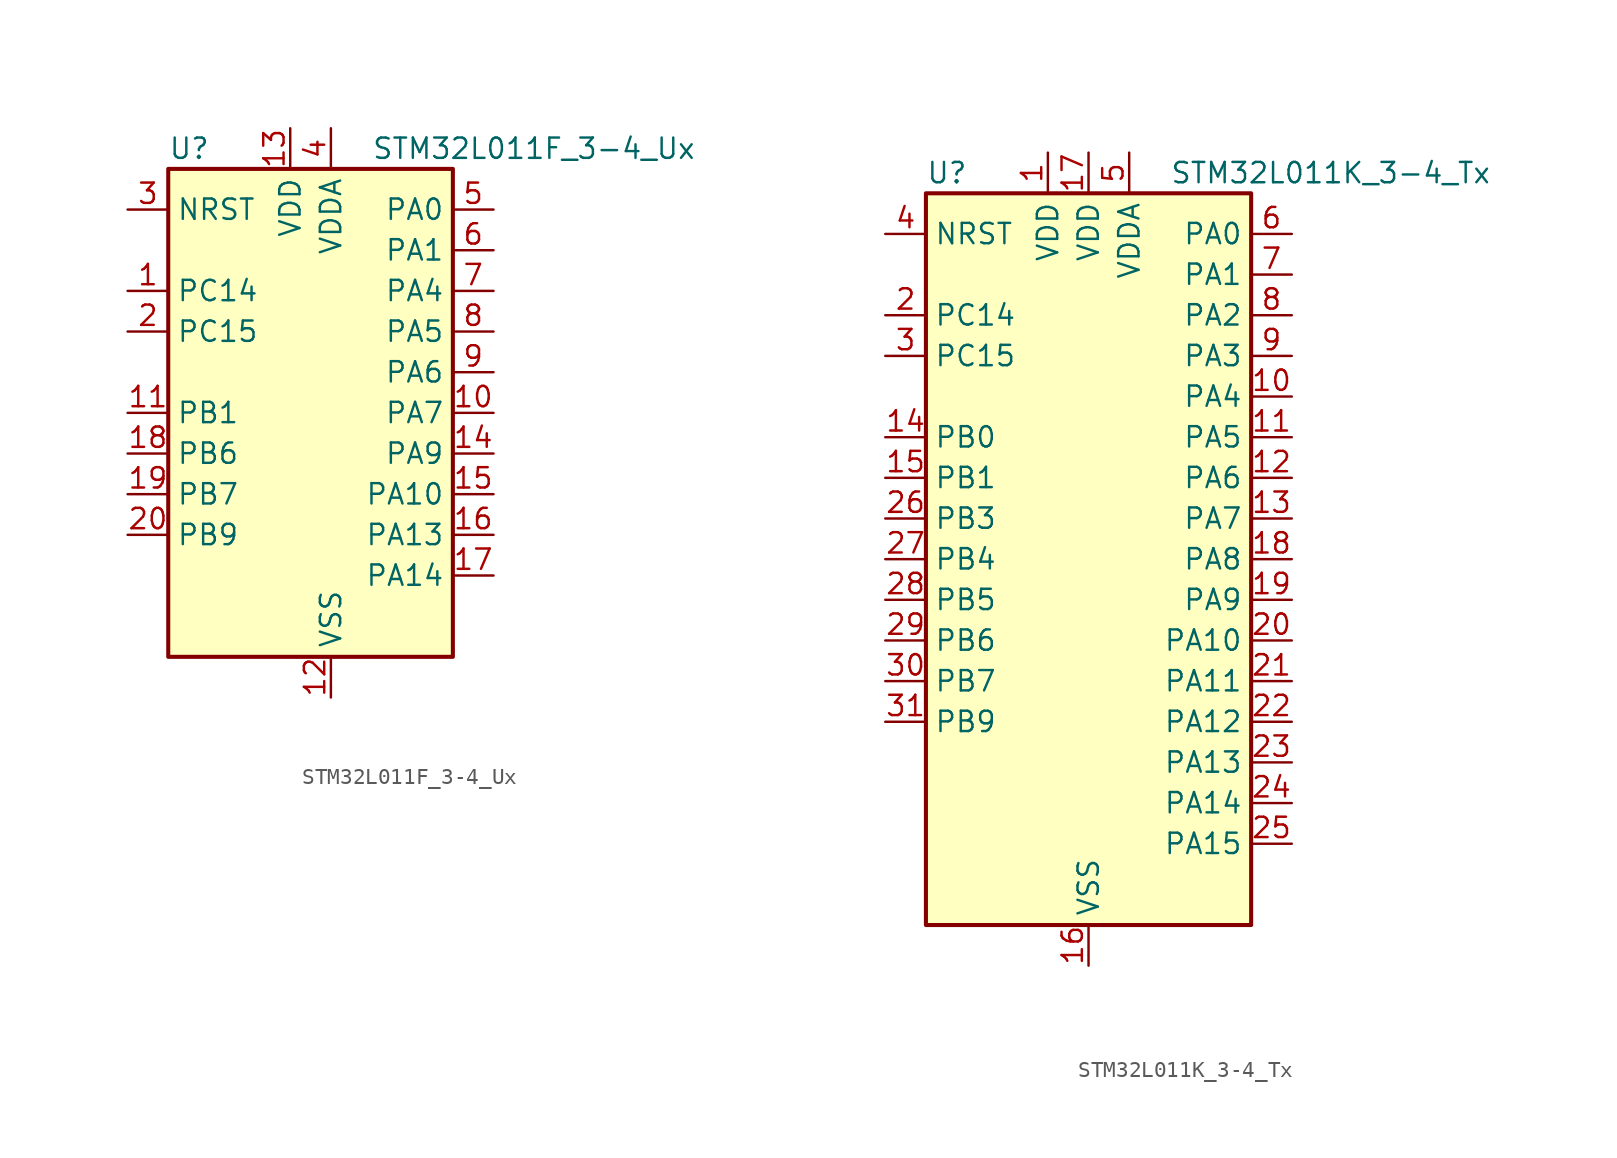
<source format=kicad_sym>
(kicad_symbol_lib
  (version 20220914)
  (generator kicad_symbol_editor)
  (symbol "STM32L011F_3-4_Ux"
    (property "Reference" "U"
      (at -7.62 16.51 0)
      (effects (font (size 1.27 1.27)) (justify left)))
    (property "Value" "STM32L011F_3-4_Ux"
      (at 5.08 16.51 0)
      (effects (font (size 1.27 1.27)) (justify left)))
    (property "ki_locked" ""
      (at 0 0 0)
      (effects (font (size 1.27 1.27))))
    (symbol "STM32L011F_3-4_Ux_0_1"
      (rectangle (start -7.62 -15.24) (end 10.16 15.24) (stroke (width 0.254) (type default)) (fill (type background))))
    (symbol "STM32L011F_3-4_Ux_1_1"
      (pin bidirectional line (at -10.16 7.62 0) (length 2.54) (name "PC14" (effects (font (size 1.27 1.27)))) (number "1" (effects (font (size 1.27 1.27)))) (alternate "RCC_OSC32_IN" bidirectional line))
      (pin bidirectional line (at 12.7 0 180) (length 2.54) (name "PA7" (effects (font (size 1.27 1.27)))) (number "10" (effects (font (size 1.27 1.27)))) (alternate "ADC_IN7" bidirectional line) (alternate "COMP2_INP" bidirectional line) (alternate "COMP2_OUT" bidirectional line) (alternate "LPTIM1_OUT" bidirectional line) (alternate "SPI1_MOSI" bidirectional line) (alternate "TIM21_ETR" bidirectional line) (alternate "USART2_CTS" bidirectional line))
      (pin bidirectional line (at -10.16 0 0) (length 2.54) (name "PB1" (effects (font (size 1.27 1.27)))) (number "11" (effects (font (size 1.27 1.27)))) (alternate "ADC_IN9" bidirectional line) (alternate "LPTIM1_IN1" bidirectional line) (alternate "LPUART1_DE" bidirectional line) (alternate "LPUART1_RTS" bidirectional line) (alternate "SPI1_MOSI" bidirectional line) (alternate "SYS_VREF_OUT_PB1" bidirectional line) (alternate "TIM2_CH4" bidirectional line) (alternate "USART2_CK" bidirectional line))
      (pin power_in line (at 2.54 -17.78 90) (length 2.54) (name "VSS" (effects (font (size 1.27 1.27)))) (number "12" (effects (font (size 1.27 1.27)))))
      (pin power_in line (at 0 17.78 270) (length 2.54) (name "VDD" (effects (font (size 1.27 1.27)))) (number "13" (effects (font (size 1.27 1.27)))))
      (pin bidirectional line (at 12.7 -2.54 180) (length 2.54) (name "PA9" (effects (font (size 1.27 1.27)))) (number "14" (effects (font (size 1.27 1.27)))) (alternate "COMP1_OUT" bidirectional line) (alternate "I2C1_SCL" bidirectional line) (alternate "LPTIM1_OUT" bidirectional line) (alternate "RCC_MCO" bidirectional line) (alternate "TIM21_CH2" bidirectional line) (alternate "USART2_TX" bidirectional line))
      (pin bidirectional line (at 12.7 -5.08 180) (length 2.54) (name "PA10" (effects (font (size 1.27 1.27)))) (number "15" (effects (font (size 1.27 1.27)))) (alternate "COMP1_OUT" bidirectional line) (alternate "I2C1_SDA" bidirectional line) (alternate "RTC_REFIN" bidirectional line) (alternate "TIM21_CH1" bidirectional line) (alternate "TIM2_CH3" bidirectional line) (alternate "USART2_RX" bidirectional line))
      (pin bidirectional line (at 12.7 -7.62 180) (length 2.54) (name "PA13" (effects (font (size 1.27 1.27)))) (number "16" (effects (font (size 1.27 1.27)))) (alternate "COMP1_OUT" bidirectional line) (alternate "I2C1_SDA" bidirectional line) (alternate "LPTIM1_ETR" bidirectional line) (alternate "LPUART1_RX" bidirectional line) (alternate "SPI1_SCK" bidirectional line) (alternate "SYS_SWDIO" bidirectional line))
      (pin bidirectional line (at 12.7 -10.16 180) (length 2.54) (name "PA14" (effects (font (size 1.27 1.27)))) (number "17" (effects (font (size 1.27 1.27)))) (alternate "COMP2_OUT" bidirectional line) (alternate "I2C1_SMBA" bidirectional line) (alternate "LPTIM1_OUT" bidirectional line) (alternate "LPUART1_TX" bidirectional line) (alternate "SPI1_MISO" bidirectional line) (alternate "SYS_SWCLK" bidirectional line) (alternate "USART2_TX" bidirectional line))
      (pin bidirectional line (at -10.16 -2.54 0) (length 2.54) (name "PB6" (effects (font (size 1.27 1.27)))) (number "18" (effects (font (size 1.27 1.27)))) (alternate "COMP2_INP" bidirectional line) (alternate "I2C1_SCL" bidirectional line) (alternate "LPTIM1_ETR" bidirectional line) (alternate "LPUART1_TX" bidirectional line) (alternate "TIM2_CH3" bidirectional line) (alternate "USART2_TX" bidirectional line))
      (pin bidirectional line (at -10.16 -5.08 0) (length 2.54) (name "PB7" (effects (font (size 1.27 1.27)))) (number "19" (effects (font (size 1.27 1.27)))) (alternate "COMP2_INP" bidirectional line) (alternate "I2C1_SDA" bidirectional line) (alternate "LPTIM1_IN2" bidirectional line) (alternate "LPUART1_RX" bidirectional line) (alternate "SYS_PVD_IN" bidirectional line) (alternate "TIM2_CH4" bidirectional line) (alternate "USART2_RX" bidirectional line))
      (pin bidirectional line (at -10.16 5.08 0) (length 2.54) (name "PC15" (effects (font (size 1.27 1.27)))) (number "2" (effects (font (size 1.27 1.27)))) (alternate "RCC_OSC32_OUT" bidirectional line))
      (pin bidirectional line (at -10.16 -7.62 0) (length 2.54) (name "PB9" (effects (font (size 1.27 1.27)))) (number "20" (effects (font (size 1.27 1.27)))))
      (pin input line (at -10.16 12.7 0) (length 2.54) (name "NRST" (effects (font (size 1.27 1.27)))) (number "3" (effects (font (size 1.27 1.27)))))
      (pin power_in line (at 2.54 17.78 270) (length 2.54) (name "VDDA" (effects (font (size 1.27 1.27)))) (number "4" (effects (font (size 1.27 1.27)))))
      (pin bidirectional line (at 12.7 12.7 180) (length 2.54) (name "PA0" (effects (font (size 1.27 1.27)))) (number "5" (effects (font (size 1.27 1.27)))) (alternate "ADC_IN0" bidirectional line) (alternate "COMP1_INM" bidirectional line) (alternate "COMP1_OUT" bidirectional line) (alternate "LPTIM1_IN1" bidirectional line) (alternate "LPUART1_RX" bidirectional line) (alternate "RCC_CK_IN" bidirectional line) (alternate "RTC_TAMP2" bidirectional line) (alternate "SYS_WKUP1" bidirectional line) (alternate "TIM2_CH1" bidirectional line) (alternate "TIM2_ETR" bidirectional line) (alternate "USART2_CTS" bidirectional line) (alternate "USART2_RX" bidirectional line))
      (pin bidirectional line (at 12.7 10.16 180) (length 2.54) (name "PA1" (effects (font (size 1.27 1.27)))) (number "6" (effects (font (size 1.27 1.27)))) (alternate "ADC_IN1" bidirectional line) (alternate "COMP1_INP" bidirectional line) (alternate "I2C1_SMBA" bidirectional line) (alternate "LPTIM1_IN2" bidirectional line) (alternate "LPUART1_TX" bidirectional line) (alternate "TIM21_ETR" bidirectional line) (alternate "TIM2_CH2" bidirectional line) (alternate "USART2_DE" bidirectional line) (alternate "USART2_RTS" bidirectional line))
      (pin bidirectional line (at 12.7 7.62 180) (length 2.54) (name "PA4" (effects (font (size 1.27 1.27)))) (number "7" (effects (font (size 1.27 1.27)))) (alternate "ADC_IN4" bidirectional line) (alternate "COMP1_INM" bidirectional line) (alternate "COMP2_INM" bidirectional line) (alternate "COMP2_OUT" bidirectional line) (alternate "I2C1_SCL" bidirectional line) (alternate "LPTIM1_ETR" bidirectional line) (alternate "LPTIM1_IN1" bidirectional line) (alternate "LPUART1_TX" bidirectional line) (alternate "SPI1_NSS" bidirectional line) (alternate "TIM2_ETR" bidirectional line) (alternate "USART2_CK" bidirectional line))
      (pin bidirectional line (at 12.7 5.08 180) (length 2.54) (name "PA5" (effects (font (size 1.27 1.27)))) (number "8" (effects (font (size 1.27 1.27)))) (alternate "ADC_IN5" bidirectional line) (alternate "COMP1_INM" bidirectional line) (alternate "COMP2_INM" bidirectional line) (alternate "LPTIM1_IN2" bidirectional line) (alternate "SPI1_SCK" bidirectional line) (alternate "TIM2_CH1" bidirectional line) (alternate "TIM2_ETR" bidirectional line))
      (pin bidirectional line (at 12.7 2.54 180) (length 2.54) (name "PA6" (effects (font (size 1.27 1.27)))) (number "9" (effects (font (size 1.27 1.27)))) (alternate "ADC_IN6" bidirectional line) (alternate "COMP1_OUT" bidirectional line) (alternate "LPTIM1_ETR" bidirectional line) (alternate "LPUART1_CTS" bidirectional line) (alternate "SPI1_MISO" bidirectional line))))
  (symbol "STM32L011K_3-4_Tx"
    (property "Reference" "U"
      (at -10.16 24.13 0)
      (effects (font (size 1.27 1.27)) (justify left)))
    (property "Value" "STM32L011K_3-4_Tx"
      (at 5.08 24.13 0)
      (effects (font (size 1.27 1.27)) (justify left)))
    (property "ki_locked" ""
      (at 0 0 0)
      (effects (font (size 1.27 1.27))))
    (symbol "STM32L011K_3-4_Tx_0_1"
      (rectangle (start -10.16 -22.86) (end 10.16 22.86) (stroke (width 0.254) (type default)) (fill (type background))))
    (symbol "STM32L011K_3-4_Tx_1_1"
      (pin power_in line (at -2.54 25.4 270) (length 2.54) (name "VDD" (effects (font (size 1.27 1.27)))) (number "1" (effects (font (size 1.27 1.27)))))
      (pin bidirectional line (at 12.7 10.16 180) (length 2.54) (name "PA4" (effects (font (size 1.27 1.27)))) (number "10" (effects (font (size 1.27 1.27)))) (alternate "ADC_IN4" bidirectional line) (alternate "COMP1_INM" bidirectional line) (alternate "COMP2_INM" bidirectional line) (alternate "COMP2_OUT" bidirectional line) (alternate "I2C1_SCL" bidirectional line) (alternate "LPTIM1_ETR" bidirectional line) (alternate "LPTIM1_IN1" bidirectional line) (alternate "LPUART1_TX" bidirectional line) (alternate "SPI1_NSS" bidirectional line) (alternate "TIM2_ETR" bidirectional line) (alternate "USART2_CK" bidirectional line))
      (pin bidirectional line (at 12.7 7.62 180) (length 2.54) (name "PA5" (effects (font (size 1.27 1.27)))) (number "11" (effects (font (size 1.27 1.27)))) (alternate "ADC_IN5" bidirectional line) (alternate "COMP1_INM" bidirectional line) (alternate "COMP2_INM" bidirectional line) (alternate "LPTIM1_IN2" bidirectional line) (alternate "SPI1_SCK" bidirectional line) (alternate "TIM2_CH1" bidirectional line) (alternate "TIM2_ETR" bidirectional line))
      (pin bidirectional line (at 12.7 5.08 180) (length 2.54) (name "PA6" (effects (font (size 1.27 1.27)))) (number "12" (effects (font (size 1.27 1.27)))) (alternate "ADC_IN6" bidirectional line) (alternate "COMP1_OUT" bidirectional line) (alternate "LPTIM1_ETR" bidirectional line) (alternate "LPUART1_CTS" bidirectional line) (alternate "SPI1_MISO" bidirectional line))
      (pin bidirectional line (at 12.7 2.54 180) (length 2.54) (name "PA7" (effects (font (size 1.27 1.27)))) (number "13" (effects (font (size 1.27 1.27)))) (alternate "ADC_IN7" bidirectional line) (alternate "COMP2_INP" bidirectional line) (alternate "COMP2_OUT" bidirectional line) (alternate "LPTIM1_OUT" bidirectional line) (alternate "SPI1_MOSI" bidirectional line) (alternate "TIM21_ETR" bidirectional line) (alternate "USART2_CTS" bidirectional line))
      (pin bidirectional line (at -12.7 7.62 0) (length 2.54) (name "PB0" (effects (font (size 1.27 1.27)))) (number "14" (effects (font (size 1.27 1.27)))) (alternate "ADC_IN8" bidirectional line) (alternate "SPI1_MISO" bidirectional line) (alternate "SYS_VREF_OUT_PB0" bidirectional line) (alternate "TIM2_CH2" bidirectional line) (alternate "TIM2_CH3" bidirectional line) (alternate "USART2_DE" bidirectional line) (alternate "USART2_RTS" bidirectional line))
      (pin bidirectional line (at -12.7 5.08 0) (length 2.54) (name "PB1" (effects (font (size 1.27 1.27)))) (number "15" (effects (font (size 1.27 1.27)))) (alternate "ADC_IN9" bidirectional line) (alternate "LPTIM1_IN1" bidirectional line) (alternate "LPUART1_DE" bidirectional line) (alternate "LPUART1_RTS" bidirectional line) (alternate "SPI1_MOSI" bidirectional line) (alternate "SYS_VREF_OUT_PB1" bidirectional line) (alternate "TIM2_CH4" bidirectional line) (alternate "USART2_CK" bidirectional line))
      (pin power_in line (at 0 -25.4 90) (length 2.54) (name "VSS" (effects (font (size 1.27 1.27)))) (number "16" (effects (font (size 1.27 1.27)))))
      (pin power_in line (at 0 25.4 270) (length 2.54) (name "VDD" (effects (font (size 1.27 1.27)))) (number "17" (effects (font (size 1.27 1.27)))))
      (pin bidirectional line (at 12.7 0 180) (length 2.54) (name "PA8" (effects (font (size 1.27 1.27)))) (number "18" (effects (font (size 1.27 1.27)))) (alternate "LPTIM1_IN1" bidirectional line) (alternate "RCC_MCO" bidirectional line) (alternate "TIM2_CH1" bidirectional line) (alternate "USART2_CK" bidirectional line))
      (pin bidirectional line (at 12.7 -2.54 180) (length 2.54) (name "PA9" (effects (font (size 1.27 1.27)))) (number "19" (effects (font (size 1.27 1.27)))) (alternate "COMP1_OUT" bidirectional line) (alternate "I2C1_SCL" bidirectional line) (alternate "LPTIM1_OUT" bidirectional line) (alternate "RCC_MCO" bidirectional line) (alternate "TIM21_CH2" bidirectional line) (alternate "USART2_TX" bidirectional line))
      (pin bidirectional line (at -12.7 15.24 0) (length 2.54) (name "PC14" (effects (font (size 1.27 1.27)))) (number "2" (effects (font (size 1.27 1.27)))) (alternate "RCC_OSC32_IN" bidirectional line))
      (pin bidirectional line (at 12.7 -5.08 180) (length 2.54) (name "PA10" (effects (font (size 1.27 1.27)))) (number "20" (effects (font (size 1.27 1.27)))) (alternate "COMP1_OUT" bidirectional line) (alternate "I2C1_SDA" bidirectional line) (alternate "RTC_REFIN" bidirectional line) (alternate "TIM21_CH1" bidirectional line) (alternate "TIM2_CH3" bidirectional line) (alternate "USART2_RX" bidirectional line))
      (pin bidirectional line (at 12.7 -7.62 180) (length 2.54) (name "PA11" (effects (font (size 1.27 1.27)))) (number "21" (effects (font (size 1.27 1.27)))) (alternate "ADC_EXTI11" bidirectional line) (alternate "COMP1_OUT" bidirectional line) (alternate "LPTIM1_OUT" bidirectional line) (alternate "SPI1_MISO" bidirectional line) (alternate "TIM21_CH2" bidirectional line) (alternate "USART2_CTS" bidirectional line))
      (pin bidirectional line (at 12.7 -10.16 180) (length 2.54) (name "PA12" (effects (font (size 1.27 1.27)))) (number "22" (effects (font (size 1.27 1.27)))) (alternate "COMP2_OUT" bidirectional line) (alternate "SPI1_MOSI" bidirectional line) (alternate "USART2_DE" bidirectional line) (alternate "USART2_RTS" bidirectional line))
      (pin bidirectional line (at 12.7 -12.7 180) (length 2.54) (name "PA13" (effects (font (size 1.27 1.27)))) (number "23" (effects (font (size 1.27 1.27)))) (alternate "COMP1_OUT" bidirectional line) (alternate "I2C1_SDA" bidirectional line) (alternate "LPTIM1_ETR" bidirectional line) (alternate "LPUART1_RX" bidirectional line) (alternate "SPI1_SCK" bidirectional line) (alternate "SYS_SWDIO" bidirectional line))
      (pin bidirectional line (at 12.7 -15.24 180) (length 2.54) (name "PA14" (effects (font (size 1.27 1.27)))) (number "24" (effects (font (size 1.27 1.27)))) (alternate "COMP2_OUT" bidirectional line) (alternate "I2C1_SMBA" bidirectional line) (alternate "LPTIM1_OUT" bidirectional line) (alternate "LPUART1_TX" bidirectional line) (alternate "SPI1_MISO" bidirectional line) (alternate "SYS_SWCLK" bidirectional line) (alternate "USART2_TX" bidirectional line))
      (pin bidirectional line (at 12.7 -17.78 180) (length 2.54) (name "PA15" (effects (font (size 1.27 1.27)))) (number "25" (effects (font (size 1.27 1.27)))) (alternate "SPI1_NSS" bidirectional line) (alternate "TIM2_CH1" bidirectional line) (alternate "TIM2_ETR" bidirectional line) (alternate "USART2_RX" bidirectional line))
      (pin bidirectional line (at -12.7 2.54 0) (length 2.54) (name "PB3" (effects (font (size 1.27 1.27)))) (number "26" (effects (font (size 1.27 1.27)))) (alternate "COMP2_INM" bidirectional line) (alternate "SPI1_SCK" bidirectional line) (alternate "TIM2_CH2" bidirectional line))
      (pin bidirectional line (at -12.7 0 0) (length 2.54) (name "PB4" (effects (font (size 1.27 1.27)))) (number "27" (effects (font (size 1.27 1.27)))) (alternate "COMP2_INP" bidirectional line) (alternate "SPI1_MISO" bidirectional line))
      (pin bidirectional line (at -12.7 -2.54 0) (length 2.54) (name "PB5" (effects (font (size 1.27 1.27)))) (number "28" (effects (font (size 1.27 1.27)))) (alternate "COMP2_INP" bidirectional line) (alternate "I2C1_SMBA" bidirectional line) (alternate "LPTIM1_IN1" bidirectional line) (alternate "SPI1_MOSI" bidirectional line) (alternate "TIM21_CH1" bidirectional line))
      (pin bidirectional line (at -12.7 -5.08 0) (length 2.54) (name "PB6" (effects (font (size 1.27 1.27)))) (number "29" (effects (font (size 1.27 1.27)))) (alternate "COMP2_INP" bidirectional line) (alternate "I2C1_SCL" bidirectional line) (alternate "LPTIM1_ETR" bidirectional line) (alternate "LPUART1_TX" bidirectional line) (alternate "TIM2_CH3" bidirectional line) (alternate "USART2_TX" bidirectional line))
      (pin bidirectional line (at -12.7 12.7 0) (length 2.54) (name "PC15" (effects (font (size 1.27 1.27)))) (number "3" (effects (font (size 1.27 1.27)))) (alternate "RCC_OSC32_OUT" bidirectional line))
      (pin bidirectional line (at -12.7 -7.62 0) (length 2.54) (name "PB7" (effects (font (size 1.27 1.27)))) (number "30" (effects (font (size 1.27 1.27)))) (alternate "COMP2_INP" bidirectional line) (alternate "I2C1_SDA" bidirectional line) (alternate "LPTIM1_IN2" bidirectional line) (alternate "LPUART1_RX" bidirectional line) (alternate "SYS_PVD_IN" bidirectional line) (alternate "TIM2_CH4" bidirectional line) (alternate "USART2_RX" bidirectional line))
      (pin bidirectional line (at -12.7 -10.16 0) (length 2.54) (name "PB9" (effects (font (size 1.27 1.27)))) (number "31" (effects (font (size 1.27 1.27)))))
      (pin passive line (at 0 -25.4 90) (length 2.54) hide (name "VSS" (effects (font (size 1.27 1.27)))) (number "32" (effects (font (size 1.27 1.27)))))
      (pin input line (at -12.7 20.32 0) (length 2.54) (name "NRST" (effects (font (size 1.27 1.27)))) (number "4" (effects (font (size 1.27 1.27)))))
      (pin power_in line (at 2.54 25.4 270) (length 2.54) (name "VDDA" (effects (font (size 1.27 1.27)))) (number "5" (effects (font (size 1.27 1.27)))))
      (pin bidirectional line (at 12.7 20.32 180) (length 2.54) (name "PA0" (effects (font (size 1.27 1.27)))) (number "6" (effects (font (size 1.27 1.27)))) (alternate "ADC_IN0" bidirectional line) (alternate "COMP1_INM" bidirectional line) (alternate "COMP1_OUT" bidirectional line) (alternate "LPTIM1_IN1" bidirectional line) (alternate "LPUART1_RX" bidirectional line) (alternate "RCC_CK_IN" bidirectional line) (alternate "RTC_TAMP2" bidirectional line) (alternate "SYS_WKUP1" bidirectional line) (alternate "TIM2_CH1" bidirectional line) (alternate "TIM2_ETR" bidirectional line) (alternate "USART2_CTS" bidirectional line) (alternate "USART2_RX" bidirectional line))
      (pin bidirectional line (at 12.7 17.78 180) (length 2.54) (name "PA1" (effects (font (size 1.27 1.27)))) (number "7" (effects (font (size 1.27 1.27)))) (alternate "ADC_IN1" bidirectional line) (alternate "COMP1_INP" bidirectional line) (alternate "I2C1_SMBA" bidirectional line) (alternate "LPTIM1_IN2" bidirectional line) (alternate "LPUART1_TX" bidirectional line) (alternate "TIM21_ETR" bidirectional line) (alternate "TIM2_CH2" bidirectional line) (alternate "USART2_DE" bidirectional line) (alternate "USART2_RTS" bidirectional line))
      (pin bidirectional line (at 12.7 15.24 180) (length 2.54) (name "PA2" (effects (font (size 1.27 1.27)))) (number "8" (effects (font (size 1.27 1.27)))) (alternate "ADC_IN2" bidirectional line) (alternate "COMP2_INM" bidirectional line) (alternate "COMP2_OUT" bidirectional line) (alternate "LPUART1_TX" bidirectional line) (alternate "RTC_OUT_ALARM" bidirectional line) (alternate "RTC_OUT_CALIB" bidirectional line) (alternate "RTC_TAMP3" bidirectional line) (alternate "RTC_TS" bidirectional line) (alternate "SYS_WKUP3" bidirectional line) (alternate "TIM21_CH1" bidirectional line) (alternate "TIM2_CH3" bidirectional line) (alternate "USART2_TX" bidirectional line))
      (pin bidirectional line (at 12.7 12.7 180) (length 2.54) (name "PA3" (effects (font (size 1.27 1.27)))) (number "9" (effects (font (size 1.27 1.27)))) (alternate "ADC_IN3" bidirectional line) (alternate "COMP2_INP" bidirectional line) (alternate "LPUART1_RX" bidirectional line) (alternate "TIM21_CH2" bidirectional line) (alternate "TIM2_CH4" bidirectional line) (alternate "USART2_RX" bidirectional line)))))
</source>
